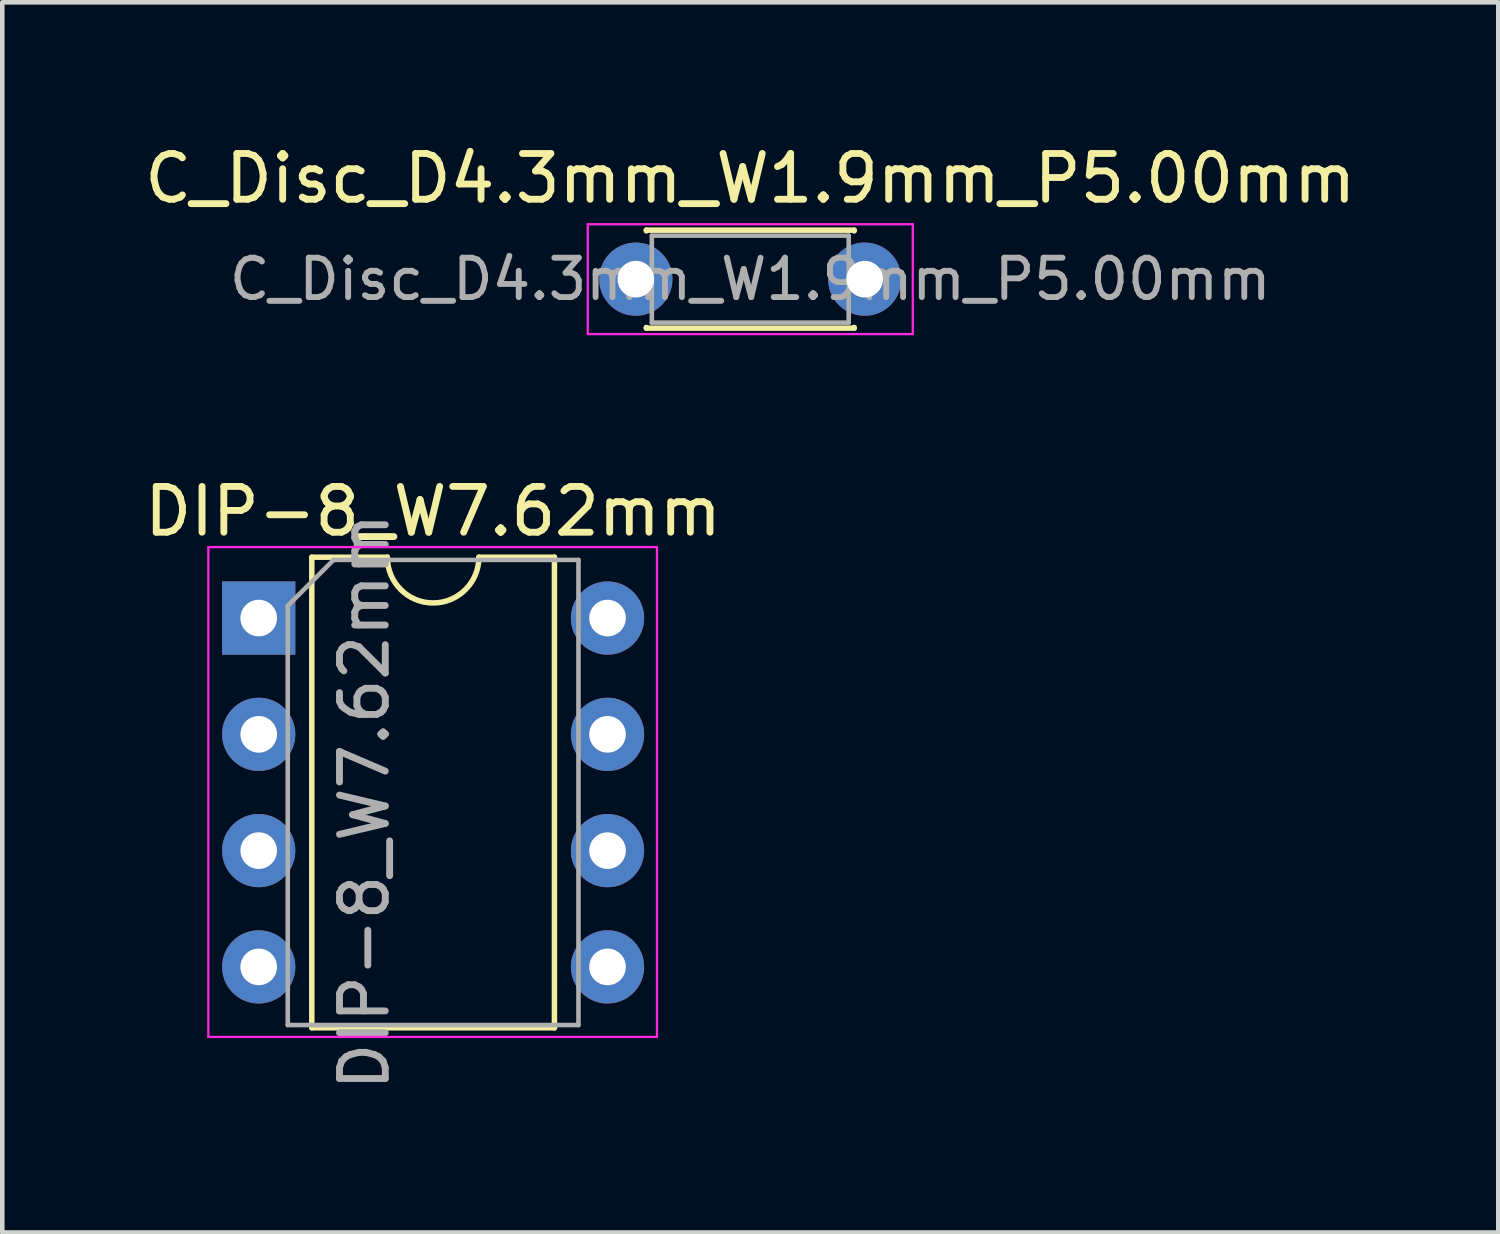
<source format=kicad_pcb>
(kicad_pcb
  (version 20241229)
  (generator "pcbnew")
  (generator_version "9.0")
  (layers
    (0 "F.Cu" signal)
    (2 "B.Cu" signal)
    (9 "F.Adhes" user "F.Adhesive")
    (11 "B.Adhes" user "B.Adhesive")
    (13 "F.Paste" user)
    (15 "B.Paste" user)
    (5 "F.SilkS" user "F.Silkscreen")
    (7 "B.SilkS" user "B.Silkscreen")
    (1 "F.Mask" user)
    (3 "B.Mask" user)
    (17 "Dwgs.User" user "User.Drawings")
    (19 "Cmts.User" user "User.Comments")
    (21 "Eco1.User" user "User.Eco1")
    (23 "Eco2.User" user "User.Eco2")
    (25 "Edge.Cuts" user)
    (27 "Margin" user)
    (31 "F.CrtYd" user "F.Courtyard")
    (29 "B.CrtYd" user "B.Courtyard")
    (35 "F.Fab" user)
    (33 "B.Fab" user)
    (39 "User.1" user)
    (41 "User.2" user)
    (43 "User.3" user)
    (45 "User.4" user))
  (footprint "DIP-8_W7.62mm"
    (layer "F.Cu")
    (at 2.601 10.451)
    (property "Reference" "DIP-8_W7.62mm" (at 3.81 -2.33 0) (layer "F.SilkS") (effects (font (size 1 1) (thickness 0.15))))
    (attr through_hole)
    (fp_line (start 1.16 -1.33) (end 1.16 8.95) (stroke (width 0.12) (type solid)) (layer "F.SilkS"))
    (fp_line (start 1.16 8.95) (end 6.46 8.95) (stroke (width 0.12) (type solid)) (layer "F.SilkS"))
    (fp_line (start 2.81 -1.33) (end 1.16 -1.33) (stroke (width 0.12) (type solid)) (layer "F.SilkS"))
    (fp_line (start 6.46 -1.33) (end 4.81 -1.33) (stroke (width 0.12) (type solid)) (layer "F.SilkS"))
    (fp_line (start 6.46 8.95) (end 6.46 -1.33) (stroke (width 0.12) (type solid)) (layer "F.SilkS"))
    (fp_arc (start 4.81 -1.33) (mid 3.81 -0.33) (end 2.81 -1.33) (stroke (width 0.12) (type solid)) (layer "F.SilkS"))
    (fp_line (start -1.1 -1.55) (end -1.1 9.15) (stroke (width 0.05) (type solid)) (layer "F.CrtYd"))
    (fp_line (start -1.1 9.15) (end 8.7 9.15) (stroke (width 0.05) (type solid)) (layer "F.CrtYd"))
    (fp_line (start 8.7 -1.55) (end -1.1 -1.55) (stroke (width 0.05) (type solid)) (layer "F.CrtYd"))
    (fp_line (start 8.7 9.15) (end 8.7 -1.55) (stroke (width 0.05) (type solid)) (layer "F.CrtYd"))
    (fp_line (start 0.635 -0.27) (end 1.635 -1.27) (stroke (width 0.1) (type solid)) (layer "F.Fab"))
    (fp_line (start 0.635 8.89) (end 0.635 -0.27) (stroke (width 0.1) (type solid)) (layer "F.Fab"))
    (fp_line (start 1.635 -1.27) (end 6.985 -1.27) (stroke (width 0.1) (type solid)) (layer "F.Fab"))
    (fp_line (start 6.985 -1.27) (end 6.985 8.89) (stroke (width 0.1) (type solid)) (layer "F.Fab"))
    (fp_line (start 6.985 8.89) (end 0.635 8.89) (stroke (width 0.1) (type solid)) (layer "F.Fab"))
    (fp_text user "${REFERENCE}" (at 2.31 4.01 90) (layer "F.Fab") (effects (font (size 1 1) (thickness 0.15))))
    (pad "1" thru_hole rect (at 0 0) (size 1.6 1.6) (drill 0.8) (layers "*.Cu" "*.Mask"))
    (pad "2" thru_hole oval (at 0 2.54) (size 1.6 1.6) (drill 0.8) (layers "*.Cu" "*.Mask"))
    (pad "3" thru_hole oval (at 0 5.08) (size 1.6 1.6) (drill 0.8) (layers "*.Cu" "*.Mask"))
    (pad "4" thru_hole oval (at 0 7.62) (size 1.6 1.6) (drill 0.8) (layers "*.Cu" "*.Mask"))
    (pad "5" thru_hole oval (at 7.62 7.62) (size 1.6 1.6) (drill 0.8) (layers "*.Cu" "*.Mask"))
    (pad "6" thru_hole oval (at 7.62 5.08) (size 1.6 1.6) (drill 0.8) (layers "*.Cu" "*.Mask"))
    (pad "7" thru_hole oval (at 7.62 2.54) (size 1.6 1.6) (drill 0.8) (layers "*.Cu" "*.Mask"))
    (pad "8" thru_hole oval (at 7.62 0) (size 1.6 1.6) (drill 0.8) (layers "*.Cu" "*.Mask")))
  (footprint "C_Disc_D4.3mm_W1.9mm_P5.00mm"
    (layer "F.Cu")
    (at 10.839 3.048)
    (property "Reference" "C_Disc_D4.3mm_W1.9mm_P5.00mm" (at 2.5 -2.2 0) (layer "F.SilkS") (effects (font (size 1 1) (thickness 0.15))))
    (attr through_hole)
    (fp_line (start 0.23 -1.07) (end 0.23 -1.055) (stroke (width 0.12) (type solid)) (layer "F.SilkS"))
    (fp_line (start 0.23 -1.07) (end 4.77 -1.07) (stroke (width 0.12) (type solid)) (layer "F.SilkS"))
    (fp_line (start 0.23 1.055) (end 0.23 1.07) (stroke (width 0.12) (type solid)) (layer "F.SilkS"))
    (fp_line (start 0.23 1.07) (end 4.77 1.07) (stroke (width 0.12) (type solid)) (layer "F.SilkS"))
    (fp_line (start 4.77 -1.07) (end 4.77 -1.055) (stroke (width 0.12) (type solid)) (layer "F.SilkS"))
    (fp_line (start 4.77 1.055) (end 4.77 1.07) (stroke (width 0.12) (type solid)) (layer "F.SilkS"))
    (fp_line (start -1.05 -1.2) (end -1.05 1.2) (stroke (width 0.05) (type solid)) (layer "F.CrtYd"))
    (fp_line (start -1.05 1.2) (end 6.05 1.2) (stroke (width 0.05) (type solid)) (layer "F.CrtYd"))
    (fp_line (start 6.05 -1.2) (end -1.05 -1.2) (stroke (width 0.05) (type solid)) (layer "F.CrtYd"))
    (fp_line (start 6.05 1.2) (end 6.05 -1.2) (stroke (width 0.05) (type solid)) (layer "F.CrtYd"))
    (fp_line (start 0.35 -0.95) (end 0.35 0.95) (stroke (width 0.1) (type solid)) (layer "F.Fab"))
    (fp_line (start 0.35 0.95) (end 4.65 0.95) (stroke (width 0.1) (type solid)) (layer "F.Fab"))
    (fp_line (start 4.65 -0.95) (end 0.35 -0.95) (stroke (width 0.1) (type solid)) (layer "F.Fab"))
    (fp_line (start 4.65 0.95) (end 4.65 -0.95) (stroke (width 0.1) (type solid)) (layer "F.Fab"))
    (fp_text user "${REFERENCE}" (at 2.5 0 0) (layer "F.Fab") (effects (font (size 0.86 0.86) (thickness 0.129))))
    (pad "1" thru_hole circle (at 0 0) (size 1.6 1.6) (drill 0.8) (layers "*.Cu" "*.Mask"))
    (pad "2" thru_hole circle (at 5 0) (size 1.6 1.6) (drill 0.8) (layers "*.Cu" "*.Mask")))
  (gr_rect
    (start -3 -3)
    (end 29.679 23.872)
    (stroke (width 0.1) (type default))
    (fill no)
    (layer "Edge.Cuts")))
</source>
